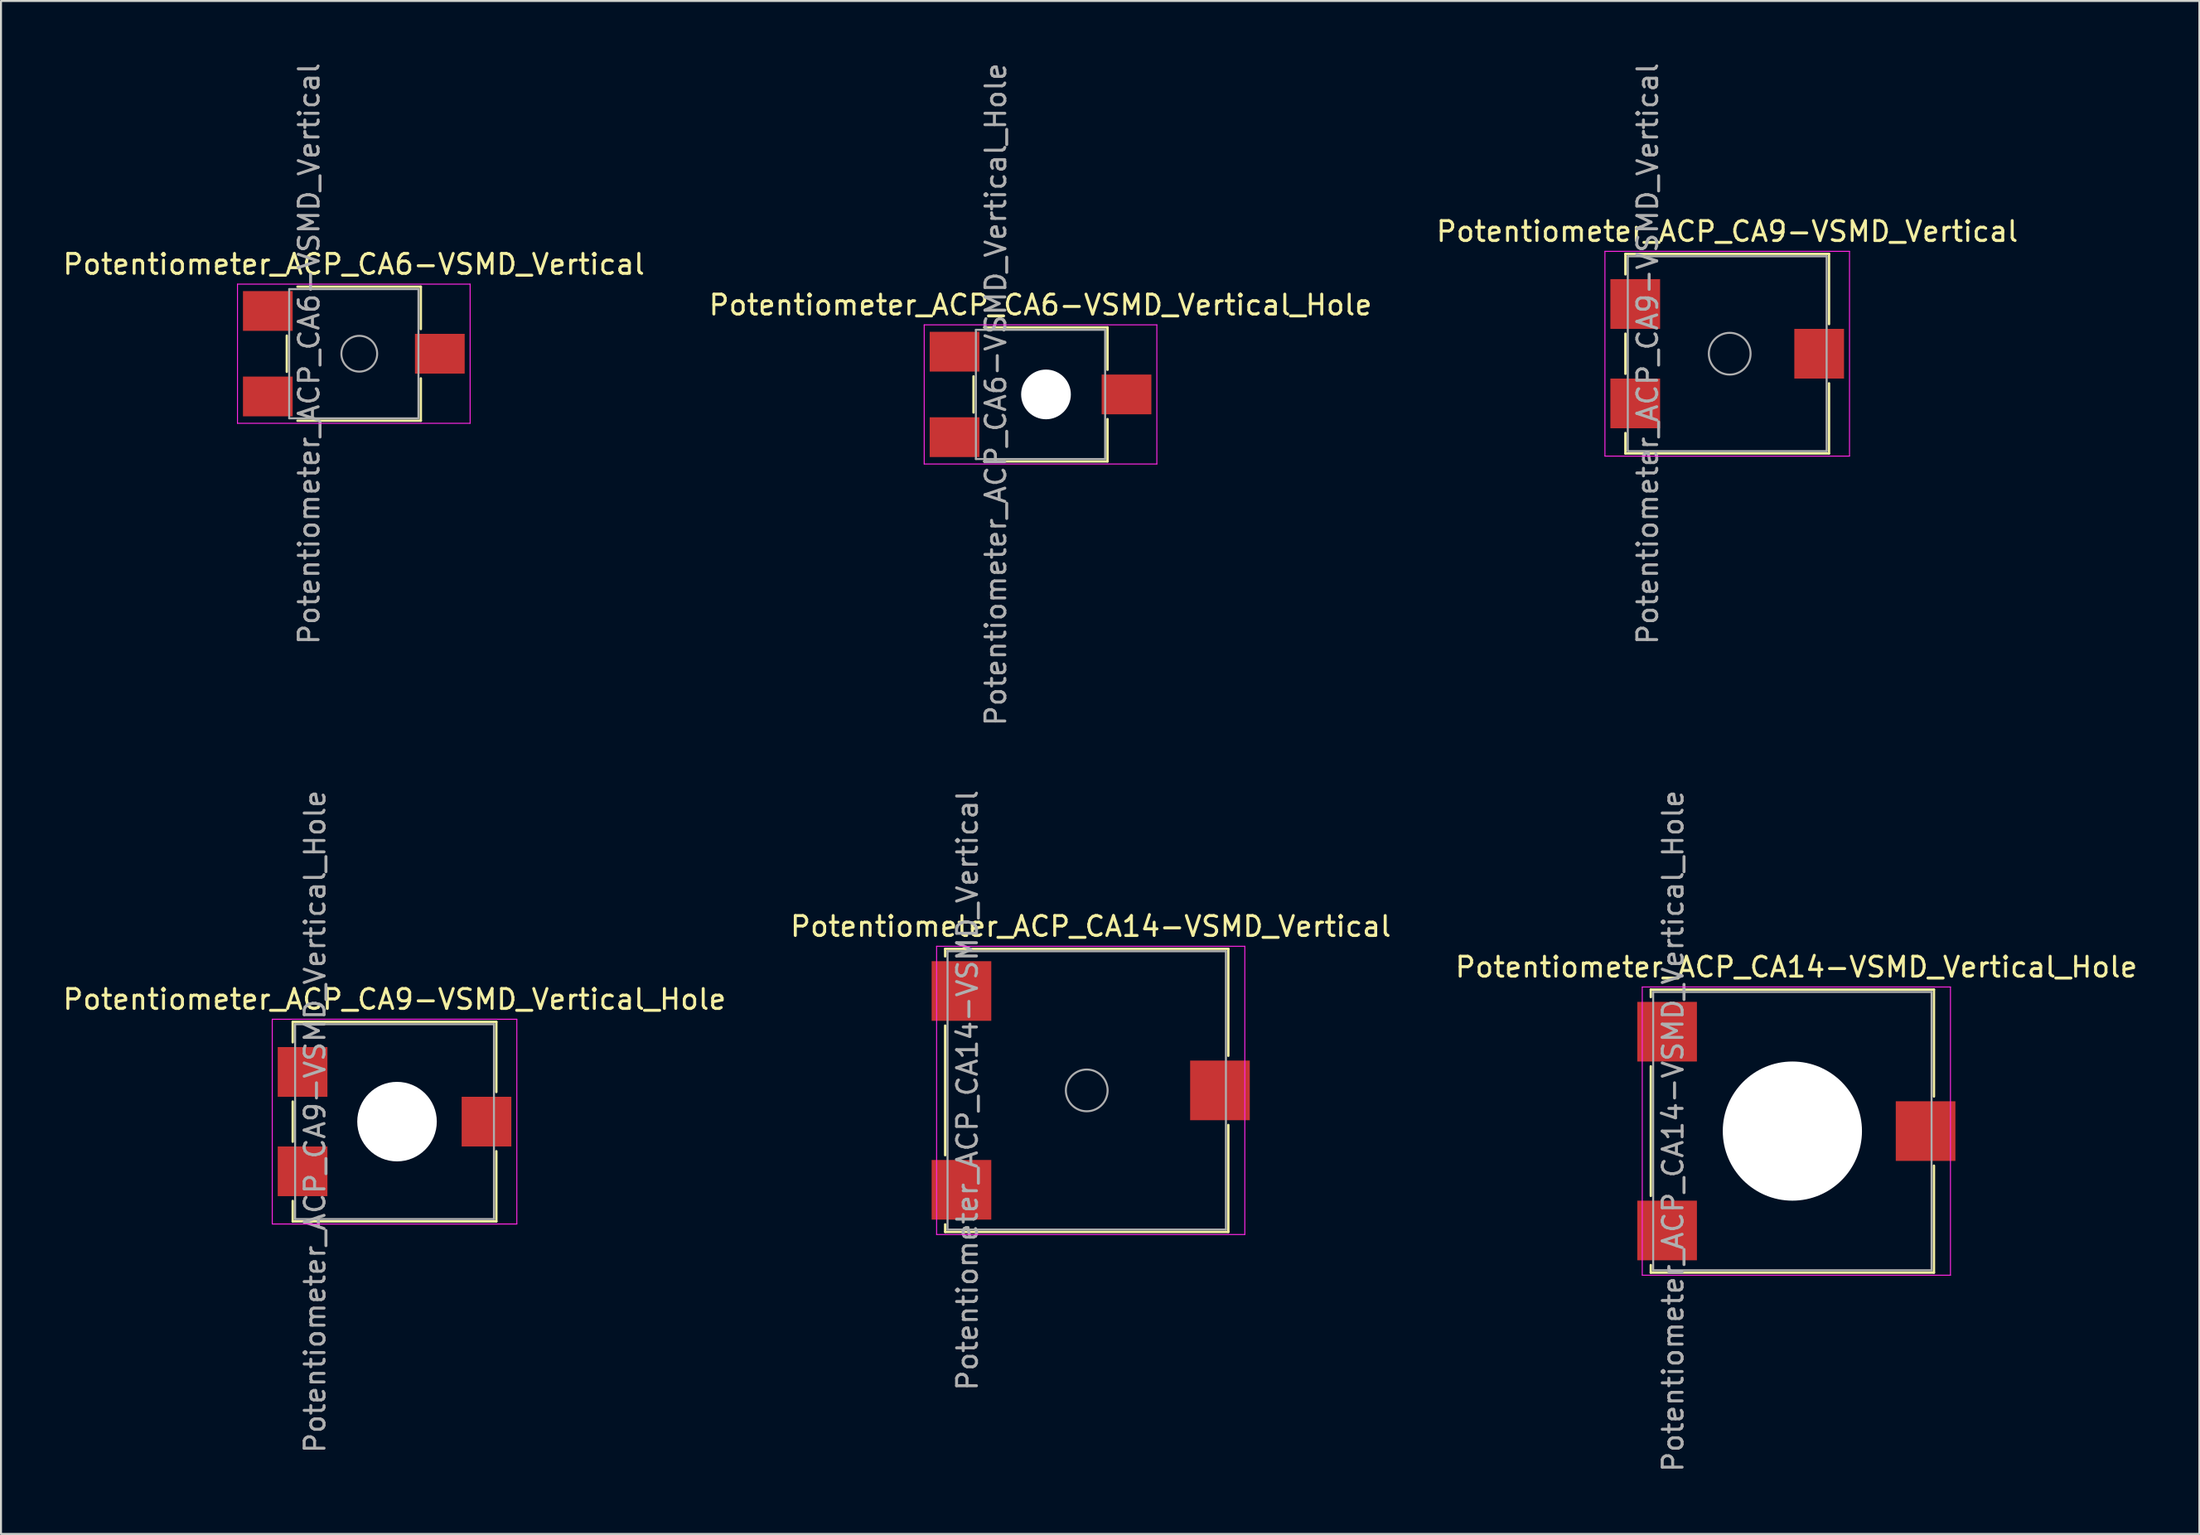
<source format=kicad_pcb>
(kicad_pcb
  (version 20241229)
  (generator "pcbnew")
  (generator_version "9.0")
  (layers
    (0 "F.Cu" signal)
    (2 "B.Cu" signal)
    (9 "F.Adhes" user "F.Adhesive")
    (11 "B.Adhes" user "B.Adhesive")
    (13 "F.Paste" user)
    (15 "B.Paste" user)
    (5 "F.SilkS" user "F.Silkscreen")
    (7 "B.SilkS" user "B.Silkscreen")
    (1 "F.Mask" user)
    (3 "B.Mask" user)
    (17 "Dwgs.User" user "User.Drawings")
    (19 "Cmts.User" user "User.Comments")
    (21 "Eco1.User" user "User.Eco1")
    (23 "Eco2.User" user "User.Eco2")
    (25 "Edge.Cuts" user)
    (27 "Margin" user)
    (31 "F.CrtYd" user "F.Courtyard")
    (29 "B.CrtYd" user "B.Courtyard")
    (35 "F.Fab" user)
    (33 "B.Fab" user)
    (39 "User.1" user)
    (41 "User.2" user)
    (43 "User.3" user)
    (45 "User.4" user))
  (footprint "Potentiometer_ACP_CA9-VSMD_Vertical"
    (layer "F.Cu")
    (at 83.815 14.744)
    (property "Reference" "Potentiometer_ACP_CA9-VSMD_Vertical" (at 0 -6.15 0) (layer "F.SilkS") (effects (font (size 1 1) (thickness 0.15))))
    (attr smd)
    (fp_line (start -5.12 -5.021) (end -5.12 -3.991) (stroke (width 0.12) (type solid)) (layer "F.SilkS"))
    (fp_line (start -5.12 -5.021) (end 5.12 -5.021) (stroke (width 0.12) (type solid)) (layer "F.SilkS"))
    (fp_line (start -5.12 -1.009) (end -5.12 1.01) (stroke (width 0.12) (type solid)) (layer "F.SilkS"))
    (fp_line (start -5.12 3.99) (end -5.12 5.02) (stroke (width 0.12) (type solid)) (layer "F.SilkS"))
    (fp_line (start -5.12 5.02) (end 5.12 5.02) (stroke (width 0.12) (type solid)) (layer "F.SilkS"))
    (fp_line (start 5.12 -5.021) (end 5.12 -1.49) (stroke (width 0.12) (type solid)) (layer "F.SilkS"))
    (fp_line (start 5.12 1.49) (end 5.12 5.02) (stroke (width 0.12) (type solid)) (layer "F.SilkS"))
    (fp_line (start -6.15 -5.15) (end -6.15 5.15) (stroke (width 0.05) (type solid)) (layer "F.CrtYd"))
    (fp_line (start -6.15 5.15) (end 6.15 5.15) (stroke (width 0.05) (type solid)) (layer "F.CrtYd"))
    (fp_line (start 6.15 -5.15) (end -6.15 -5.15) (stroke (width 0.05) (type solid)) (layer "F.CrtYd"))
    (fp_line (start 6.15 5.15) (end 6.15 -5.15) (stroke (width 0.05) (type solid)) (layer "F.CrtYd"))
    (fp_line (start -5 -4.9) (end -5 4.9) (stroke (width 0.1) (type solid)) (layer "F.Fab"))
    (fp_line (start -5 4.9) (end 5 4.9) (stroke (width 0.1) (type solid)) (layer "F.Fab"))
    (fp_line (start 5 -4.9) (end -5 -4.9) (stroke (width 0.1) (type solid)) (layer "F.Fab"))
    (fp_line (start 5 4.9) (end 5 -4.9) (stroke (width 0.1) (type solid)) (layer "F.Fab"))
    (fp_circle (center 0.125 0) (end 1.175 0) (stroke (width 0.1) (type solid)) (fill no) (layer "F.Fab"))
    (fp_text user "${REFERENCE}" (at -4 0 90) (layer "F.Fab") (effects (font (size 1 1) (thickness 0.15))))
    (pad "1" smd rect (at -4.625 2.5) (size 2.5 2.5) (layers "F.Cu" "F.Mask" "F.Paste"))
    (pad "2" smd rect (at 4.625 0) (size 2.5 2.5) (layers "F.Cu" "F.Mask" "F.Paste"))
    (pad "3" smd rect (at -4.625 -2.5) (size 2.5 2.5) (layers "F.Cu" "F.Mask" "F.Paste")))
  (footprint "Potentiometer_ACP_CA9-VSMD_Vertical_Hole"
    (layer "F.Cu")
    (at 16.792 53.375)
    (property "Reference" "Potentiometer_ACP_CA9-VSMD_Vertical_Hole" (at 0 -6.15 0) (layer "F.SilkS") (effects (font (size 1 1) (thickness 0.15))))
    (attr smd)
    (fp_line (start -5.12 -5.021) (end -5.12 -3.991) (stroke (width 0.12) (type solid)) (layer "F.SilkS"))
    (fp_line (start -5.12 -5.021) (end 5.12 -5.021) (stroke (width 0.12) (type solid)) (layer "F.SilkS"))
    (fp_line (start -5.12 -1.009) (end -5.12 1.01) (stroke (width 0.12) (type solid)) (layer "F.SilkS"))
    (fp_line (start -5.12 3.99) (end -5.12 5.02) (stroke (width 0.12) (type solid)) (layer "F.SilkS"))
    (fp_line (start -5.12 5.02) (end 5.12 5.02) (stroke (width 0.12) (type solid)) (layer "F.SilkS"))
    (fp_line (start 5.12 -5.021) (end 5.12 -1.49) (stroke (width 0.12) (type solid)) (layer "F.SilkS"))
    (fp_line (start 5.12 1.49) (end 5.12 5.02) (stroke (width 0.12) (type solid)) (layer "F.SilkS"))
    (fp_line (start -6.15 -5.15) (end -6.15 5.15) (stroke (width 0.05) (type solid)) (layer "F.CrtYd"))
    (fp_line (start -6.15 5.15) (end 6.15 5.15) (stroke (width 0.05) (type solid)) (layer "F.CrtYd"))
    (fp_line (start 6.15 -5.15) (end -6.15 -5.15) (stroke (width 0.05) (type solid)) (layer "F.CrtYd"))
    (fp_line (start 6.15 5.15) (end 6.15 -5.15) (stroke (width 0.05) (type solid)) (layer "F.CrtYd"))
    (fp_line (start -5 -4.9) (end -5 4.9) (stroke (width 0.1) (type solid)) (layer "F.Fab"))
    (fp_line (start -5 4.9) (end 5 4.9) (stroke (width 0.1) (type solid)) (layer "F.Fab"))
    (fp_line (start 5 -4.9) (end -5 -4.9) (stroke (width 0.1) (type solid)) (layer "F.Fab"))
    (fp_line (start 5 4.9) (end 5 -4.9) (stroke (width 0.1) (type solid)) (layer "F.Fab"))
    (fp_text user "${REFERENCE}" (at -4 0 90) (layer "F.Fab") (effects (font (size 1 1) (thickness 0.15))))
    (pad "" np_thru_hole circle (at 0.125 0) (size 4 4) (drill 4) (layers "*.Cu" "*.Mask"))
    (pad "1" smd rect (at -4.625 2.5) (size 2.5 2.5) (layers "F.Cu" "F.Mask" "F.Paste"))
    (pad "2" smd rect (at 4.625 0) (size 2.5 2.5) (layers "F.Cu" "F.Mask" "F.Paste"))
    (pad "3" smd rect (at -4.625 -2.5) (size 2.5 2.5) (layers "F.Cu" "F.Mask" "F.Paste")))
  (footprint "Potentiometer_ACP_CA14-VSMD_Vertical_Hole"
    (layer "F.Cu")
    (at 87.292 53.851)
    (property "Reference" "Potentiometer_ACP_CA14-VSMD_Vertical_Hole" (at 0 -8.25 0) (layer "F.SilkS") (effects (font (size 1 1) (thickness 0.15))))
    (attr smd)
    (fp_line (start -7.32 -7.12) (end -7.32 -6.741) (stroke (width 0.12) (type solid)) (layer "F.SilkS"))
    (fp_line (start -7.32 -7.12) (end 6.92 -7.12) (stroke (width 0.12) (type solid)) (layer "F.SilkS"))
    (fp_line (start -7.32 -3.259) (end -7.32 3.26) (stroke (width 0.12) (type solid)) (layer "F.SilkS"))
    (fp_line (start -7.32 6.74) (end -7.32 7.12) (stroke (width 0.12) (type solid)) (layer "F.SilkS"))
    (fp_line (start -7.32 7.12) (end 6.92 7.12) (stroke (width 0.12) (type solid)) (layer "F.SilkS"))
    (fp_line (start 6.92 -7.12) (end 6.92 -1.74) (stroke (width 0.12) (type solid)) (layer "F.SilkS"))
    (fp_line (start 6.92 1.74) (end 6.92 7.12) (stroke (width 0.12) (type solid)) (layer "F.SilkS"))
    (fp_line (start -7.75 -7.25) (end -7.75 7.25) (stroke (width 0.05) (type solid)) (layer "F.CrtYd"))
    (fp_line (start -7.75 7.25) (end 7.75 7.25) (stroke (width 0.05) (type solid)) (layer "F.CrtYd"))
    (fp_line (start 7.75 -7.25) (end -7.75 -7.25) (stroke (width 0.05) (type solid)) (layer "F.CrtYd"))
    (fp_line (start 7.75 7.25) (end 7.75 -7.25) (stroke (width 0.05) (type solid)) (layer "F.CrtYd"))
    (fp_line (start -7.2 -7) (end -7.2 7) (stroke (width 0.1) (type solid)) (layer "F.Fab"))
    (fp_line (start -7.2 7) (end 6.8 7) (stroke (width 0.1) (type solid)) (layer "F.Fab"))
    (fp_line (start 6.8 -7) (end -7.2 -7) (stroke (width 0.1) (type solid)) (layer "F.Fab"))
    (fp_line (start 6.8 7) (end 6.8 -7) (stroke (width 0.1) (type solid)) (layer "F.Fab"))
    (fp_text user "${REFERENCE}" (at -6.2 0 90) (layer "F.Fab") (effects (font (size 1 1) (thickness 0.15))))
    (pad "" np_thru_hole circle (at -0.2 0) (size 7 7) (drill 7) (layers "*.Cu" "*.Mask"))
    (pad "1" smd rect (at -6.5 5) (size 3 3) (layers "F.Cu" "F.Mask" "F.Paste"))
    (pad "2" smd rect (at 6.5 0) (size 3 3) (layers "F.Cu" "F.Mask" "F.Paste"))
    (pad "3" smd rect (at -6.5 -5) (size 3 3) (layers "F.Cu" "F.Mask" "F.Paste")))
  (footprint "Potentiometer_ACP_CA6-VSMD_Vertical_Hole"
    (layer "F.Cu")
    (at 49.28 16.792)
    (property "Reference" "Potentiometer_ACP_CA6-VSMD_Vertical_Hole" (at 0 -4.5 0) (layer "F.SilkS") (effects (font (size 1 1) (thickness 0.15))))
    (attr smd)
    (fp_line (start -3.37 -0.909) (end -3.37 0.91) (stroke (width 0.12) (type solid)) (layer "F.SilkS"))
    (fp_line (start -2.834 -3.371) (end 3.37 -3.371) (stroke (width 0.12) (type solid)) (layer "F.SilkS"))
    (fp_line (start -2.834 3.37) (end 3.37 3.37) (stroke (width 0.12) (type solid)) (layer "F.SilkS"))
    (fp_line (start 3.37 -3.371) (end 3.37 -1.24) (stroke (width 0.12) (type solid)) (layer "F.SilkS"))
    (fp_line (start 3.37 1.24) (end 3.37 3.37) (stroke (width 0.12) (type solid)) (layer "F.SilkS"))
    (fp_line (start -5.85 -3.5) (end -5.85 3.5) (stroke (width 0.05) (type solid)) (layer "F.CrtYd"))
    (fp_line (start -5.85 3.5) (end 5.85 3.5) (stroke (width 0.05) (type solid)) (layer "F.CrtYd"))
    (fp_line (start 5.85 -3.5) (end -5.85 -3.5) (stroke (width 0.05) (type solid)) (layer "F.CrtYd"))
    (fp_line (start 5.85 3.5) (end 5.85 -3.5) (stroke (width 0.05) (type solid)) (layer "F.CrtYd"))
    (fp_line (start -3.25 -3.25) (end -3.25 3.25) (stroke (width 0.1) (type solid)) (layer "F.Fab"))
    (fp_line (start -3.25 3.25) (end 3.25 3.25) (stroke (width 0.1) (type solid)) (layer "F.Fab"))
    (fp_line (start 3.25 -3.25) (end -3.25 -3.25) (stroke (width 0.1) (type solid)) (layer "F.Fab"))
    (fp_line (start 3.25 3.25) (end 3.25 -3.25) (stroke (width 0.1) (type solid)) (layer "F.Fab"))
    (fp_text user "${REFERENCE}" (at -2.25 0 90) (layer "F.Fab") (effects (font (size 1 1) (thickness 0.15))))
    (pad "" np_thru_hole circle (at 0.275 0) (size 2.5 2.5) (drill 2.5) (layers "*.Cu" "*.Mask"))
    (pad "1" smd rect (at -4.325 2.15) (size 2.5 2) (layers "F.Cu" "F.Mask" "F.Paste"))
    (pad "2" smd rect (at 4.325 0) (size 2.5 2) (layers "F.Cu" "F.Mask" "F.Paste"))
    (pad "3" smd rect (at -4.325 -2.15) (size 2.5 2) (layers "F.Cu" "F.Mask" "F.Paste")))
  (footprint "Potentiometer_ACP_CA14-VSMD_Vertical"
    (layer "F.Cu")
    (at 51.804 51.804)
    (property "Reference" "Potentiometer_ACP_CA14-VSMD_Vertical" (at 0 -8.25 0) (layer "F.SilkS") (effects (font (size 1 1) (thickness 0.15))))
    (attr smd)
    (fp_line (start -7.32 -7.12) (end -7.32 -6.741) (stroke (width 0.12) (type solid)) (layer "F.SilkS"))
    (fp_line (start -7.32 -7.12) (end 6.92 -7.12) (stroke (width 0.12) (type solid)) (layer "F.SilkS"))
    (fp_line (start -7.32 -3.259) (end -7.32 3.26) (stroke (width 0.12) (type solid)) (layer "F.SilkS"))
    (fp_line (start -7.32 6.74) (end -7.32 7.12) (stroke (width 0.12) (type solid)) (layer "F.SilkS"))
    (fp_line (start -7.32 7.12) (end 6.92 7.12) (stroke (width 0.12) (type solid)) (layer "F.SilkS"))
    (fp_line (start 6.92 -7.12) (end 6.92 -1.74) (stroke (width 0.12) (type solid)) (layer "F.SilkS"))
    (fp_line (start 6.92 1.74) (end 6.92 7.12) (stroke (width 0.12) (type solid)) (layer "F.SilkS"))
    (fp_line (start -7.75 -7.25) (end -7.75 7.25) (stroke (width 0.05) (type solid)) (layer "F.CrtYd"))
    (fp_line (start -7.75 7.25) (end 7.75 7.25) (stroke (width 0.05) (type solid)) (layer "F.CrtYd"))
    (fp_line (start 7.75 -7.25) (end -7.75 -7.25) (stroke (width 0.05) (type solid)) (layer "F.CrtYd"))
    (fp_line (start 7.75 7.25) (end 7.75 -7.25) (stroke (width 0.05) (type solid)) (layer "F.CrtYd"))
    (fp_line (start -7.2 -7) (end -7.2 7) (stroke (width 0.1) (type solid)) (layer "F.Fab"))
    (fp_line (start -7.2 7) (end 6.8 7) (stroke (width 0.1) (type solid)) (layer "F.Fab"))
    (fp_line (start 6.8 -7) (end -7.2 -7) (stroke (width 0.1) (type solid)) (layer "F.Fab"))
    (fp_line (start 6.8 7) (end 6.8 -7) (stroke (width 0.1) (type solid)) (layer "F.Fab"))
    (fp_circle (center -0.2 0) (end 0.85 0) (stroke (width 0.1) (type solid)) (fill no) (layer "F.Fab"))
    (fp_text user "${REFERENCE}" (at -6.2 0 90) (layer "F.Fab") (effects (font (size 1 1) (thickness 0.15))))
    (pad "1" smd rect (at -6.5 5) (size 3 3) (layers "F.Cu" "F.Mask" "F.Paste"))
    (pad "2" smd rect (at 6.5 0) (size 3 3) (layers "F.Cu" "F.Mask" "F.Paste"))
    (pad "3" smd rect (at -6.5 -5) (size 3 3) (layers "F.Cu" "F.Mask" "F.Paste")))
  (footprint "Potentiometer_ACP_CA6-VSMD_Vertical"
    (layer "F.Cu")
    (at 14.744 14.744)
    (property "Reference" "Potentiometer_ACP_CA6-VSMD_Vertical" (at 0 -4.5 0) (layer "F.SilkS") (effects (font (size 1 1) (thickness 0.15))))
    (attr smd)
    (fp_line (start -3.37 -0.909) (end -3.37 0.91) (stroke (width 0.12) (type solid)) (layer "F.SilkS"))
    (fp_line (start -2.834 -3.371) (end 3.37 -3.371) (stroke (width 0.12) (type solid)) (layer "F.SilkS"))
    (fp_line (start -2.834 3.37) (end 3.37 3.37) (stroke (width 0.12) (type solid)) (layer "F.SilkS"))
    (fp_line (start 3.37 -3.371) (end 3.37 -1.24) (stroke (width 0.12) (type solid)) (layer "F.SilkS"))
    (fp_line (start 3.37 1.24) (end 3.37 3.37) (stroke (width 0.12) (type solid)) (layer "F.SilkS"))
    (fp_line (start -5.85 -3.5) (end -5.85 3.5) (stroke (width 0.05) (type solid)) (layer "F.CrtYd"))
    (fp_line (start -5.85 3.5) (end 5.85 3.5) (stroke (width 0.05) (type solid)) (layer "F.CrtYd"))
    (fp_line (start 5.85 -3.5) (end -5.85 -3.5) (stroke (width 0.05) (type solid)) (layer "F.CrtYd"))
    (fp_line (start 5.85 3.5) (end 5.85 -3.5) (stroke (width 0.05) (type solid)) (layer "F.CrtYd"))
    (fp_line (start -3.25 -3.25) (end -3.25 3.25) (stroke (width 0.1) (type solid)) (layer "F.Fab"))
    (fp_line (start -3.25 3.25) (end 3.25 3.25) (stroke (width 0.1) (type solid)) (layer "F.Fab"))
    (fp_line (start 3.25 -3.25) (end -3.25 -3.25) (stroke (width 0.1) (type solid)) (layer "F.Fab"))
    (fp_line (start 3.25 3.25) (end 3.25 -3.25) (stroke (width 0.1) (type solid)) (layer "F.Fab"))
    (fp_circle (center 0.275 0) (end 1.175 0) (stroke (width 0.1) (type solid)) (fill no) (layer "F.Fab"))
    (fp_text user "${REFERENCE}" (at -2.25 0 90) (layer "F.Fab") (effects (font (size 1 1) (thickness 0.15))))
    (pad "1" smd rect (at -4.325 2.15) (size 2.5 2) (layers "F.Cu" "F.Mask" "F.Paste"))
    (pad "2" smd rect (at 4.325 0) (size 2.5 2) (layers "F.Cu" "F.Mask" "F.Paste"))
    (pad "3" smd rect (at -4.325 -2.15) (size 2.5 2) (layers "F.Cu" "F.Mask" "F.Paste")))
  (gr_rect
    (start -3 -3)
    (end 107.56 74.119)
    (stroke (width 0.1) (type default))
    (fill no)
    (layer "Edge.Cuts")))
</source>
